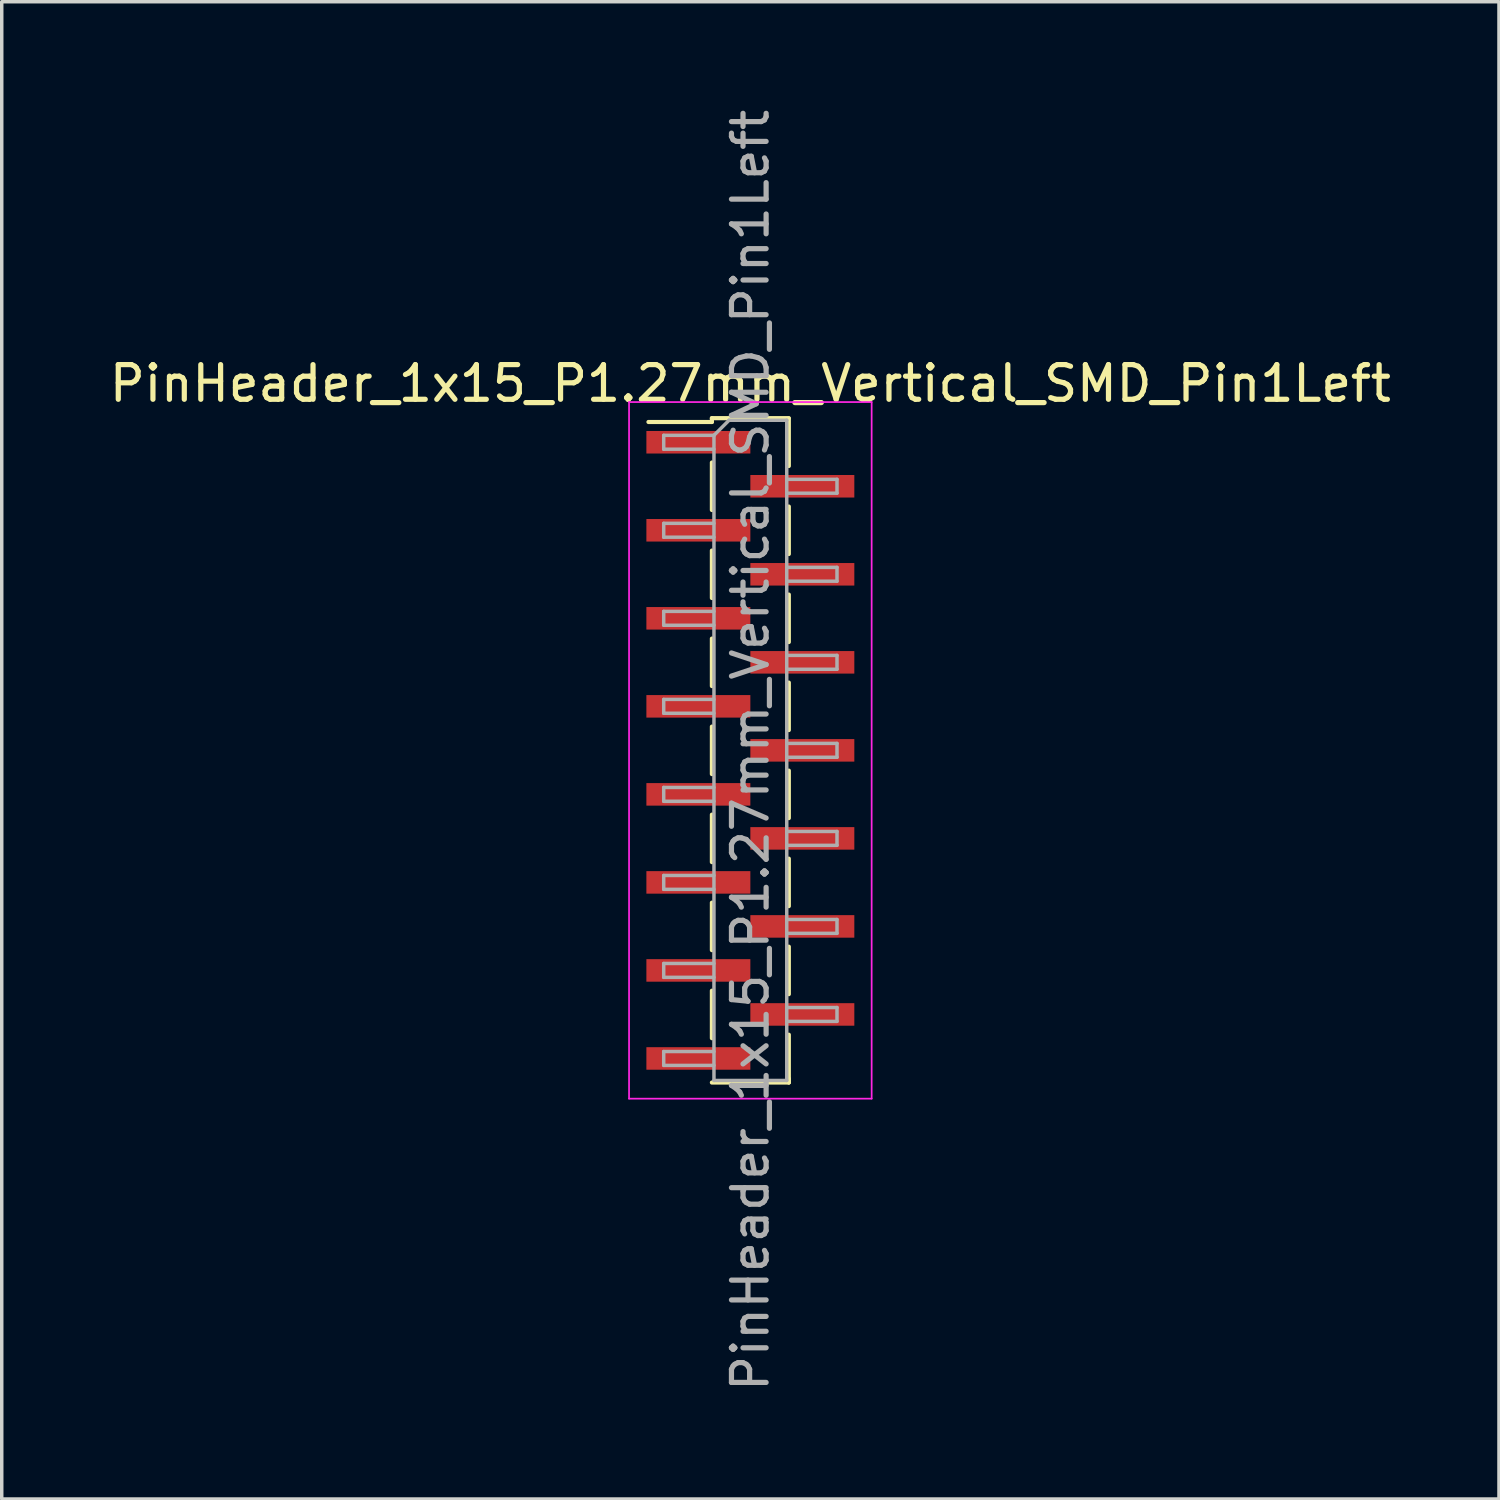
<source format=kicad_pcb>
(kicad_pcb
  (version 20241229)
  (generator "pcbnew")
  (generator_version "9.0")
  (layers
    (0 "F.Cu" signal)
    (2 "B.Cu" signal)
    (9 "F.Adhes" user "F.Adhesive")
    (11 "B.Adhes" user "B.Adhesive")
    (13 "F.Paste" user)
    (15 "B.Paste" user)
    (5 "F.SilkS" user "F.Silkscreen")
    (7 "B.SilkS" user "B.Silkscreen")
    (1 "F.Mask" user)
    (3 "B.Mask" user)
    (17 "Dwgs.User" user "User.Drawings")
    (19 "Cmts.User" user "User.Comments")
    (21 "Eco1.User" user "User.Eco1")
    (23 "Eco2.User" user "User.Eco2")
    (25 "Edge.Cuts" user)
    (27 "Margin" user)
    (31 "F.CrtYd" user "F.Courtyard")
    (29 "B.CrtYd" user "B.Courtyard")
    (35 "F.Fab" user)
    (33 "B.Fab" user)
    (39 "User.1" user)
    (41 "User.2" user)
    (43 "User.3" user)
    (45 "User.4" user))
  (footprint "PinHeader_1x15_P1.27mm_Vertical_SMD_Pin1Left"
    (layer "F.Cu")
    (at 18.601 18.601)
    (property "Reference" "PinHeader_1x15_P1.27mm_Vertical_SMD_Pin1Left" (at 0 -10.585 0) (layer "F.SilkS") (effects (font (size 1 1) (thickness 0.15))))
    (attr smd)
    (fp_line (start -1.11 -9.585) (end -1.11 -9.475) (stroke (width 0.12) (type solid)) (layer "F.SilkS"))
    (fp_line (start -1.11 -9.585) (end 1.11 -9.585) (stroke (width 0.12) (type solid)) (layer "F.SilkS"))
    (fp_line (start -1.11 -9.475) (end -2.94 -9.475) (stroke (width 0.12) (type solid)) (layer "F.SilkS"))
    (fp_line (start -1.11 -8.305) (end -1.11 -6.935) (stroke (width 0.12) (type solid)) (layer "F.SilkS"))
    (fp_line (start -1.11 -5.765) (end -1.11 -4.395) (stroke (width 0.12) (type solid)) (layer "F.SilkS"))
    (fp_line (start -1.11 -3.225) (end -1.11 -1.855) (stroke (width 0.12) (type solid)) (layer "F.SilkS"))
    (fp_line (start -1.11 -0.685) (end -1.11 0.685) (stroke (width 0.12) (type solid)) (layer "F.SilkS"))
    (fp_line (start -1.11 1.855) (end -1.11 3.225) (stroke (width 0.12) (type solid)) (layer "F.SilkS"))
    (fp_line (start -1.11 4.395) (end -1.11 5.765) (stroke (width 0.12) (type solid)) (layer "F.SilkS"))
    (fp_line (start -1.11 6.935) (end -1.11 8.305) (stroke (width 0.12) (type solid)) (layer "F.SilkS"))
    (fp_line (start -1.11 9.585) (end 1.11 9.585) (stroke (width 0.12) (type solid)) (layer "F.SilkS"))
    (fp_line (start 1.11 -9.575) (end 1.11 -8.205) (stroke (width 0.12) (type solid)) (layer "F.SilkS"))
    (fp_line (start 1.11 -7.035) (end 1.11 -5.665) (stroke (width 0.12) (type solid)) (layer "F.SilkS"))
    (fp_line (start 1.11 -4.495) (end 1.11 -3.125) (stroke (width 0.12) (type solid)) (layer "F.SilkS"))
    (fp_line (start 1.11 -1.955) (end 1.11 -0.585) (stroke (width 0.12) (type solid)) (layer "F.SilkS"))
    (fp_line (start 1.11 0.585) (end 1.11 1.955) (stroke (width 0.12) (type solid)) (layer "F.SilkS"))
    (fp_line (start 1.11 3.125) (end 1.11 4.495) (stroke (width 0.12) (type solid)) (layer "F.SilkS"))
    (fp_line (start 1.11 5.665) (end 1.11 7.035) (stroke (width 0.12) (type solid)) (layer "F.SilkS"))
    (fp_line (start 1.11 8.205) (end 1.11 9.575) (stroke (width 0.12) (type solid)) (layer "F.SilkS"))
    (fp_line (start 1.11 9.475) (end 1.11 9.585) (stroke (width 0.12) (type solid)) (layer "F.SilkS"))
    (fp_line (start -3.5 -10.05) (end -3.5 10.05) (stroke (width 0.05) (type solid)) (layer "F.CrtYd"))
    (fp_line (start -3.5 10.05) (end 3.5 10.05) (stroke (width 0.05) (type solid)) (layer "F.CrtYd"))
    (fp_line (start 3.5 -10.05) (end -3.5 -10.05) (stroke (width 0.05) (type solid)) (layer "F.CrtYd"))
    (fp_line (start 3.5 10.05) (end 3.5 -10.05) (stroke (width 0.05) (type solid)) (layer "F.CrtYd"))
    (fp_line (start -2.5 -9.09) (end -2.5 -8.69) (stroke (width 0.1) (type solid)) (layer "F.Fab"))
    (fp_line (start -2.5 -8.69) (end -1.05 -8.69) (stroke (width 0.1) (type solid)) (layer "F.Fab"))
    (fp_line (start -2.5 -6.55) (end -2.5 -6.15) (stroke (width 0.1) (type solid)) (layer "F.Fab"))
    (fp_line (start -2.5 -6.15) (end -1.05 -6.15) (stroke (width 0.1) (type solid)) (layer "F.Fab"))
    (fp_line (start -2.5 -4.01) (end -2.5 -3.61) (stroke (width 0.1) (type solid)) (layer "F.Fab"))
    (fp_line (start -2.5 -3.61) (end -1.05 -3.61) (stroke (width 0.1) (type solid)) (layer "F.Fab"))
    (fp_line (start -2.5 -1.47) (end -2.5 -1.07) (stroke (width 0.1) (type solid)) (layer "F.Fab"))
    (fp_line (start -2.5 -1.07) (end -1.05 -1.07) (stroke (width 0.1) (type solid)) (layer "F.Fab"))
    (fp_line (start -2.5 1.07) (end -2.5 1.47) (stroke (width 0.1) (type solid)) (layer "F.Fab"))
    (fp_line (start -2.5 1.47) (end -1.05 1.47) (stroke (width 0.1) (type solid)) (layer "F.Fab"))
    (fp_line (start -2.5 3.61) (end -2.5 4.01) (stroke (width 0.1) (type solid)) (layer "F.Fab"))
    (fp_line (start -2.5 4.01) (end -1.05 4.01) (stroke (width 0.1) (type solid)) (layer "F.Fab"))
    (fp_line (start -2.5 6.15) (end -2.5 6.55) (stroke (width 0.1) (type solid)) (layer "F.Fab"))
    (fp_line (start -2.5 6.55) (end -1.05 6.55) (stroke (width 0.1) (type solid)) (layer "F.Fab"))
    (fp_line (start -2.5 8.69) (end -2.5 9.09) (stroke (width 0.1) (type solid)) (layer "F.Fab"))
    (fp_line (start -2.5 9.09) (end -1.05 9.09) (stroke (width 0.1) (type solid)) (layer "F.Fab"))
    (fp_line (start -1.05 -9.09) (end -2.5 -9.09) (stroke (width 0.1) (type solid)) (layer "F.Fab"))
    (fp_line (start -1.05 -9.09) (end -0.615 -9.525) (stroke (width 0.1) (type solid)) (layer "F.Fab"))
    (fp_line (start -1.05 -6.55) (end -2.5 -6.55) (stroke (width 0.1) (type solid)) (layer "F.Fab"))
    (fp_line (start -1.05 -4.01) (end -2.5 -4.01) (stroke (width 0.1) (type solid)) (layer "F.Fab"))
    (fp_line (start -1.05 -1.47) (end -2.5 -1.47) (stroke (width 0.1) (type solid)) (layer "F.Fab"))
    (fp_line (start -1.05 1.07) (end -2.5 1.07) (stroke (width 0.1) (type solid)) (layer "F.Fab"))
    (fp_line (start -1.05 3.61) (end -2.5 3.61) (stroke (width 0.1) (type solid)) (layer "F.Fab"))
    (fp_line (start -1.05 6.15) (end -2.5 6.15) (stroke (width 0.1) (type solid)) (layer "F.Fab"))
    (fp_line (start -1.05 8.69) (end -2.5 8.69) (stroke (width 0.1) (type solid)) (layer "F.Fab"))
    (fp_line (start -1.05 9.525) (end -1.05 -9.09) (stroke (width 0.1) (type solid)) (layer "F.Fab"))
    (fp_line (start -0.615 -9.525) (end 1.05 -9.525) (stroke (width 0.1) (type solid)) (layer "F.Fab"))
    (fp_line (start 1.05 -9.525) (end 1.05 9.525) (stroke (width 0.1) (type solid)) (layer "F.Fab"))
    (fp_line (start 1.05 -7.82) (end 2.5 -7.82) (stroke (width 0.1) (type solid)) (layer "F.Fab"))
    (fp_line (start 1.05 -5.28) (end 2.5 -5.28) (stroke (width 0.1) (type solid)) (layer "F.Fab"))
    (fp_line (start 1.05 -2.74) (end 2.5 -2.74) (stroke (width 0.1) (type solid)) (layer "F.Fab"))
    (fp_line (start 1.05 -0.2) (end 2.5 -0.2) (stroke (width 0.1) (type solid)) (layer "F.Fab"))
    (fp_line (start 1.05 2.34) (end 2.5 2.34) (stroke (width 0.1) (type solid)) (layer "F.Fab"))
    (fp_line (start 1.05 4.88) (end 2.5 4.88) (stroke (width 0.1) (type solid)) (layer "F.Fab"))
    (fp_line (start 1.05 7.42) (end 2.5 7.42) (stroke (width 0.1) (type solid)) (layer "F.Fab"))
    (fp_line (start 1.05 9.525) (end -1.05 9.525) (stroke (width 0.1) (type solid)) (layer "F.Fab"))
    (fp_line (start 2.5 -7.82) (end 2.5 -7.42) (stroke (width 0.1) (type solid)) (layer "F.Fab"))
    (fp_line (start 2.5 -7.42) (end 1.05 -7.42) (stroke (width 0.1) (type solid)) (layer "F.Fab"))
    (fp_line (start 2.5 -5.28) (end 2.5 -4.88) (stroke (width 0.1) (type solid)) (layer "F.Fab"))
    (fp_line (start 2.5 -4.88) (end 1.05 -4.88) (stroke (width 0.1) (type solid)) (layer "F.Fab"))
    (fp_line (start 2.5 -2.74) (end 2.5 -2.34) (stroke (width 0.1) (type solid)) (layer "F.Fab"))
    (fp_line (start 2.5 -2.34) (end 1.05 -2.34) (stroke (width 0.1) (type solid)) (layer "F.Fab"))
    (fp_line (start 2.5 -0.2) (end 2.5 0.2) (stroke (width 0.1) (type solid)) (layer "F.Fab"))
    (fp_line (start 2.5 0.2) (end 1.05 0.2) (stroke (width 0.1) (type solid)) (layer "F.Fab"))
    (fp_line (start 2.5 2.34) (end 2.5 2.74) (stroke (width 0.1) (type solid)) (layer "F.Fab"))
    (fp_line (start 2.5 2.74) (end 1.05 2.74) (stroke (width 0.1) (type solid)) (layer "F.Fab"))
    (fp_line (start 2.5 4.88) (end 2.5 5.28) (stroke (width 0.1) (type solid)) (layer "F.Fab"))
    (fp_line (start 2.5 5.28) (end 1.05 5.28) (stroke (width 0.1) (type solid)) (layer "F.Fab"))
    (fp_line (start 2.5 7.42) (end 2.5 7.82) (stroke (width 0.1) (type solid)) (layer "F.Fab"))
    (fp_line (start 2.5 7.82) (end 1.05 7.82) (stroke (width 0.1) (type solid)) (layer "F.Fab"))
    (fp_text user "${REFERENCE}" (at 0 0 90) (layer "F.Fab") (effects (font (size 1 1) (thickness 0.15))))
    (pad "1" smd rect (at -1.5 -8.89) (size 3 0.65) (layers "F.Cu" "F.Mask" "F.Paste"))
    (pad "2" smd rect (at 1.5 -7.62) (size 3 0.65) (layers "F.Cu" "F.Mask" "F.Paste"))
    (pad "3" smd rect (at -1.5 -6.35) (size 3 0.65) (layers "F.Cu" "F.Mask" "F.Paste"))
    (pad "4" smd rect (at 1.5 -5.08) (size 3 0.65) (layers "F.Cu" "F.Mask" "F.Paste"))
    (pad "5" smd rect (at -1.5 -3.81) (size 3 0.65) (layers "F.Cu" "F.Mask" "F.Paste"))
    (pad "6" smd rect (at 1.5 -2.54) (size 3 0.65) (layers "F.Cu" "F.Mask" "F.Paste"))
    (pad "7" smd rect (at -1.5 -1.27) (size 3 0.65) (layers "F.Cu" "F.Mask" "F.Paste"))
    (pad "8" smd rect (at 1.5 0) (size 3 0.65) (layers "F.Cu" "F.Mask" "F.Paste"))
    (pad "9" smd rect (at -1.5 1.27) (size 3 0.65) (layers "F.Cu" "F.Mask" "F.Paste"))
    (pad "10" smd rect (at 1.5 2.54) (size 3 0.65) (layers "F.Cu" "F.Mask" "F.Paste"))
    (pad "11" smd rect (at -1.5 3.81) (size 3 0.65) (layers "F.Cu" "F.Mask" "F.Paste"))
    (pad "12" smd rect (at 1.5 5.08) (size 3 0.65) (layers "F.Cu" "F.Mask" "F.Paste"))
    (pad "13" smd rect (at -1.5 6.35) (size 3 0.65) (layers "F.Cu" "F.Mask" "F.Paste"))
    (pad "14" smd rect (at 1.5 7.62) (size 3 0.65) (layers "F.Cu" "F.Mask" "F.Paste"))
    (pad "15" smd rect (at -1.5 8.89) (size 3 0.65) (layers "F.Cu" "F.Mask" "F.Paste")))
  (gr_rect
    (start -3 -3)
    (end 40.202 40.202)
    (stroke (width 0.1) (type default))
    (fill no)
    (layer "Edge.Cuts")))
</source>
